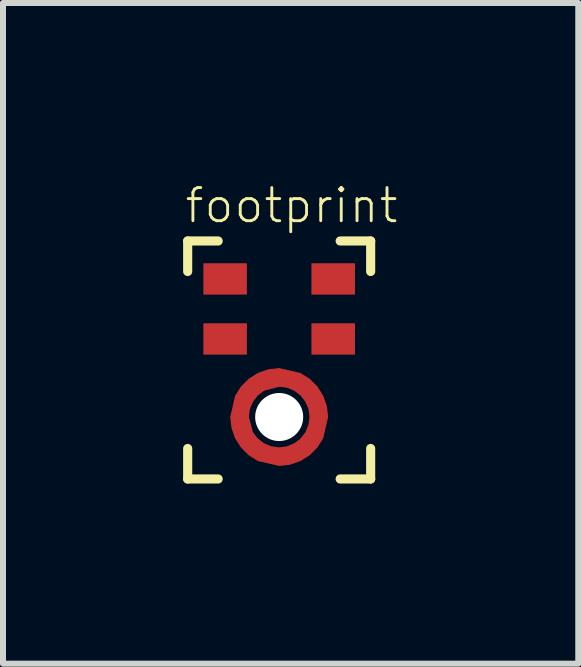
<source format=kicad_pcb>
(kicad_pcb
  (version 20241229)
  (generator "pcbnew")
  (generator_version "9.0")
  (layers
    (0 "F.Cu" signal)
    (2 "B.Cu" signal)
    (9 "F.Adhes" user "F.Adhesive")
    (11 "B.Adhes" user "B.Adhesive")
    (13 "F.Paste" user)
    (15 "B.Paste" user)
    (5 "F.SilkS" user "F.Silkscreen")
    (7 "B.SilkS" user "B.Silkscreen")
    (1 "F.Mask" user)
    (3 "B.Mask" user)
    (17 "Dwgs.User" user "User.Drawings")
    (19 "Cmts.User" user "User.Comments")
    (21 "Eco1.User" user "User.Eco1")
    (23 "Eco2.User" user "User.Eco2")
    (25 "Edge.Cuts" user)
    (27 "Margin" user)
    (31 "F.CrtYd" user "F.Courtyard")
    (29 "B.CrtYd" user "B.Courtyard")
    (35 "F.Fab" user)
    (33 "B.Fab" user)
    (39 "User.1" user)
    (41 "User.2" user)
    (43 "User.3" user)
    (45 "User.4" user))
  (footprint "footprint"
    (layer "F.Cu")
    (at 1.6 2.896)
    (property "Reference" "footprint" (at -1.6 -2.2 0) (layer "F.SilkS") (effects (font (size 0.552 0.552) (thickness 0.048)) (justify left bottom)))
    (fp_poly (pts (xy 0.005 0.494) (xy -0.253 0.563) (xy -0.357 0.643) (xy -0.437 0.748) (xy -0.488 0.869) (xy -0.506 1.005) (xy -0.816 1.005) (xy -0.734 0.647) (xy -0.637 0.492) (xy -0.508 0.363) (xy -0.354 0.266) (xy -0.181 0.205) (xy 0.005 0.184)) (stroke (width 0) (type solid)) (fill yes) (layer "F.Cu"))
    (fp_poly (pts (xy 0.353 0.266) (xy 0.508 0.363) (xy 0.637 0.492) (xy 0.734 0.646) (xy 0.795 0.819) (xy 0.816 1.005) (xy 0.506 1.005) (xy 0.488 0.869) (xy 0.437 0.748) (xy 0.357 0.643) (xy 0.252 0.563) (xy 0.131 0.512) (xy -0.005 0.494) (xy -0.005 0.184)) (stroke (width 0) (type solid)) (fill yes) (layer "F.Cu"))
    (fp_poly (pts (xy -0.437 1.253) (xy -0.357 1.357) (xy -0.252 1.437) (xy -0.131 1.488) (xy 0.005 1.506) (xy 0.005 1.816) (xy -0.353 1.734) (xy -0.508 1.637) (xy -0.637 1.508) (xy -0.734 1.354) (xy -0.795 1.181) (xy -0.815 1.001) (xy -0.81 1) (xy -0.81 0.995) (xy -0.506 0.995)) (stroke (width 0) (type solid)) (fill yes) (layer "F.Cu"))
    (fp_poly (pts (xy -0.005 1.506) (xy 0.131 1.488) (xy 0.252 1.437) (xy 0.357 1.357) (xy 0.437 1.252) (xy 0.488 1.131) (xy 0.506 0.995) (xy 0.816 0.995) (xy 0.734 1.353) (xy 0.637 1.508) (xy 0.508 1.637) (xy 0.354 1.734) (xy 0.181 1.795) (xy 0.001 1.815) (xy -0.000001 1.81) (xy -0.005 1.81)) (stroke (width 0) (type solid)) (fill yes) (layer "F.Cu"))
    (fp_circle (center 0 1) (end 0.662 1) (stroke (width 0.6) (type solid)) (fill no) (layer "F.Mask"))
    (fp_line (start -1.524 -1.932) (end -1.524 -1.424) (stroke (width 0.152) (type solid)) (layer "F.SilkS"))
    (fp_line (start -1.524 1.524) (end -1.524 2.032) (stroke (width 0.152) (type solid)) (layer "F.SilkS"))
    (fp_line (start -1.524 2.032) (end -1.016 2.032) (stroke (width 0.152) (type solid)) (layer "F.SilkS"))
    (fp_line (start -1.016 -1.932) (end -1.524 -1.932) (stroke (width 0.152) (type solid)) (layer "F.SilkS"))
    (fp_line (start 1.016 -1.932) (end 1.524 -1.932) (stroke (width 0.152) (type solid)) (layer "F.SilkS"))
    (fp_line (start 1.524 -1.424) (end 1.524 -1.932) (stroke (width 0.152) (type solid)) (layer "F.SilkS"))
    (fp_line (start 1.524 1.524) (end 1.524 2.032) (stroke (width 0.152) (type solid)) (layer "F.SilkS"))
    (fp_line (start 1.524 2.032) (end 1.016 2.032) (stroke (width 0.152) (type solid)) (layer "F.SilkS"))
    (fp_poly (pts (xy 0.284 0.237) (xy 0.476 0.339) (xy 0.31 0.584) (xy -0.002 0.486) (xy -0.15 0.509) (xy -0.308 0.587) (xy -0.476 0.339) (xy -0.284 0.237) (xy -0.097 0.19) (xy 0.097 0.19)) (stroke (width 0) (type solid)) (fill yes) (layer "F.Paste"))
    (fp_poly (pts (xy -0.416 0.69) (xy -0.514 1.002) (xy -0.491 1.15) (xy -0.423 1.289) (xy -0.445 1.3) (xy -0.431 1.321) (xy -0.661 1.476) (xy -0.763 1.284) (xy -0.81 1.097) (xy -0.81 0.903) (xy -0.763 0.716) (xy -0.674 0.548) (xy -0.652 0.56) (xy -0.638 0.539)) (stroke (width 0) (type solid)) (fill yes) (layer "F.Paste"))
    (fp_poly (pts (xy 0.002 1.514) (xy 0.15 1.491) (xy 0.289 1.423) (xy 0.3 1.445) (xy 0.321 1.431) (xy 0.476 1.661) (xy 0.284 1.763) (xy 0.097 1.81) (xy -0.097 1.81) (xy -0.284 1.763) (xy -0.452 1.674) (xy -0.44 1.652) (xy -0.461 1.638) (xy -0.31 1.416)) (stroke (width 0) (type solid)) (fill yes) (layer "F.Paste"))
    (fp_poly (pts (xy 0.002 1.514) (xy 0.15 1.491) (xy 0.289 1.423) (xy 0.3 1.445) (xy 0.321 1.431) (xy 0.476 1.661) (xy 0.284 1.763) (xy 0.097 1.81) (xy -0.097 1.81) (xy -0.284 1.763) (xy -0.452 1.674) (xy -0.44 1.652) (xy -0.461 1.638) (xy -0.31 1.416)) (stroke (width 0) (type solid)) (fill yes) (layer "F.Paste"))
    (fp_poly (pts (xy 0.002 1.514) (xy 0.15 1.491) (xy 0.289 1.423) (xy 0.3 1.445) (xy 0.321 1.431) (xy 0.476 1.661) (xy 0.284 1.763) (xy 0.097 1.81) (xy -0.097 1.81) (xy -0.284 1.763) (xy -0.452 1.674) (xy -0.44 1.652) (xy -0.461 1.638) (xy -0.31 1.416)) (stroke (width 0) (type solid)) (fill yes) (layer "F.Paste"))
    (fp_poly (pts (xy 0.002 1.514) (xy 0.15 1.491) (xy 0.289 1.423) (xy 0.3 1.445) (xy 0.321 1.431) (xy 0.476 1.661) (xy 0.284 1.763) (xy 0.097 1.81) (xy -0.097 1.81) (xy -0.284 1.763) (xy -0.452 1.674) (xy -0.44 1.652) (xy -0.461 1.638) (xy -0.31 1.416)) (stroke (width 0) (type solid)) (fill yes) (layer "F.Paste"))
    (fp_poly (pts (xy 0.002 1.514) (xy 0.15 1.491) (xy 0.289 1.423) (xy 0.3 1.445) (xy 0.321 1.431) (xy 0.476 1.661) (xy 0.284 1.763) (xy 0.097 1.81) (xy -0.097 1.81) (xy -0.284 1.763) (xy -0.452 1.674) (xy -0.44 1.652) (xy -0.461 1.638) (xy -0.31 1.416)) (stroke (width 0) (type solid)) (fill yes) (layer "F.Paste"))
    (fp_poly (pts (xy 0.002 1.514) (xy 0.15 1.491) (xy 0.289 1.423) (xy 0.3 1.445) (xy 0.321 1.431) (xy 0.476 1.661) (xy 0.284 1.763) (xy 0.097 1.81) (xy -0.097 1.81) (xy -0.284 1.763) (xy -0.452 1.674) (xy -0.44 1.652) (xy -0.461 1.638) (xy -0.31 1.416)) (stroke (width 0) (type solid)) (fill yes) (layer "F.Paste"))
    (fp_poly (pts (xy 0.002 1.514) (xy 0.15 1.491) (xy 0.289 1.423) (xy 0.3 1.445) (xy 0.321 1.431) (xy 0.476 1.661) (xy 0.284 1.763) (xy 0.097 1.81) (xy -0.097 1.81) (xy -0.284 1.763) (xy -0.452 1.674) (xy -0.44 1.652) (xy -0.461 1.638) (xy -0.31 1.416)) (stroke (width 0) (type solid)) (fill yes) (layer "F.Paste"))
    (fp_poly (pts (xy 0.416 1.31) (xy 0.514 0.998) (xy 0.491 0.85) (xy 0.423 0.711) (xy 0.445 0.7) (xy 0.431 0.679) (xy 0.661 0.524) (xy 0.763 0.716) (xy 0.81 0.903) (xy 0.81 1.097) (xy 0.763 1.284) (xy 0.674 1.452) (xy 0.652 1.44) (xy 0.638 1.461)) (stroke (width 0) (type solid)) (fill yes) (layer "F.Paste"))
    (pad "" np_thru_hole circle (at 0 1) (size 0.8 0.8) (drill 0.8) (layers "*.Cu" "*.Mask"))
    (pad "1" smd rect (at -0.9 -1.3) (size 0.725 0.522) (layers "F.Cu" "F.Mask" "F.Paste"))
    (pad "2" smd rect (at -0.9 -0.3) (size 0.725 0.522) (layers "F.Cu" "F.Mask" "F.Paste"))
    (pad "3" smd rect (at 0 1.65) (size 0.5 0.2) (layers "F.Cu" "F.Mask" "F.Paste"))
    (pad "4" smd rect (at 0.9 -0.3) (size 0.725 0.522) (layers "F.Cu" "F.Mask" "F.Paste"))
    (pad "5" smd rect (at 0.9 -1.3) (size 0.725 0.522) (layers "F.Cu" "F.Mask" "F.Paste"))
    (pad "6" smd rect (at -0.65 1 90) (size 0.5 0.2) (layers "F.Cu" "F.Mask" "F.Paste"))
    (pad "7" smd rect (at 0.65 1 270) (size 0.5 0.2) (layers "F.Cu" "F.Mask" "F.Paste"))
    (pad "8" smd rect (at 0 0.35) (size 0.5 0.2) (layers "F.Cu" "F.Mask" "F.Paste")))
  (gr_rect
    (start -3 -3)
    (end 6.582 8.004)
    (stroke (width 0.1) (type default))
    (fill no)
    (layer "Edge.Cuts")))
</source>
